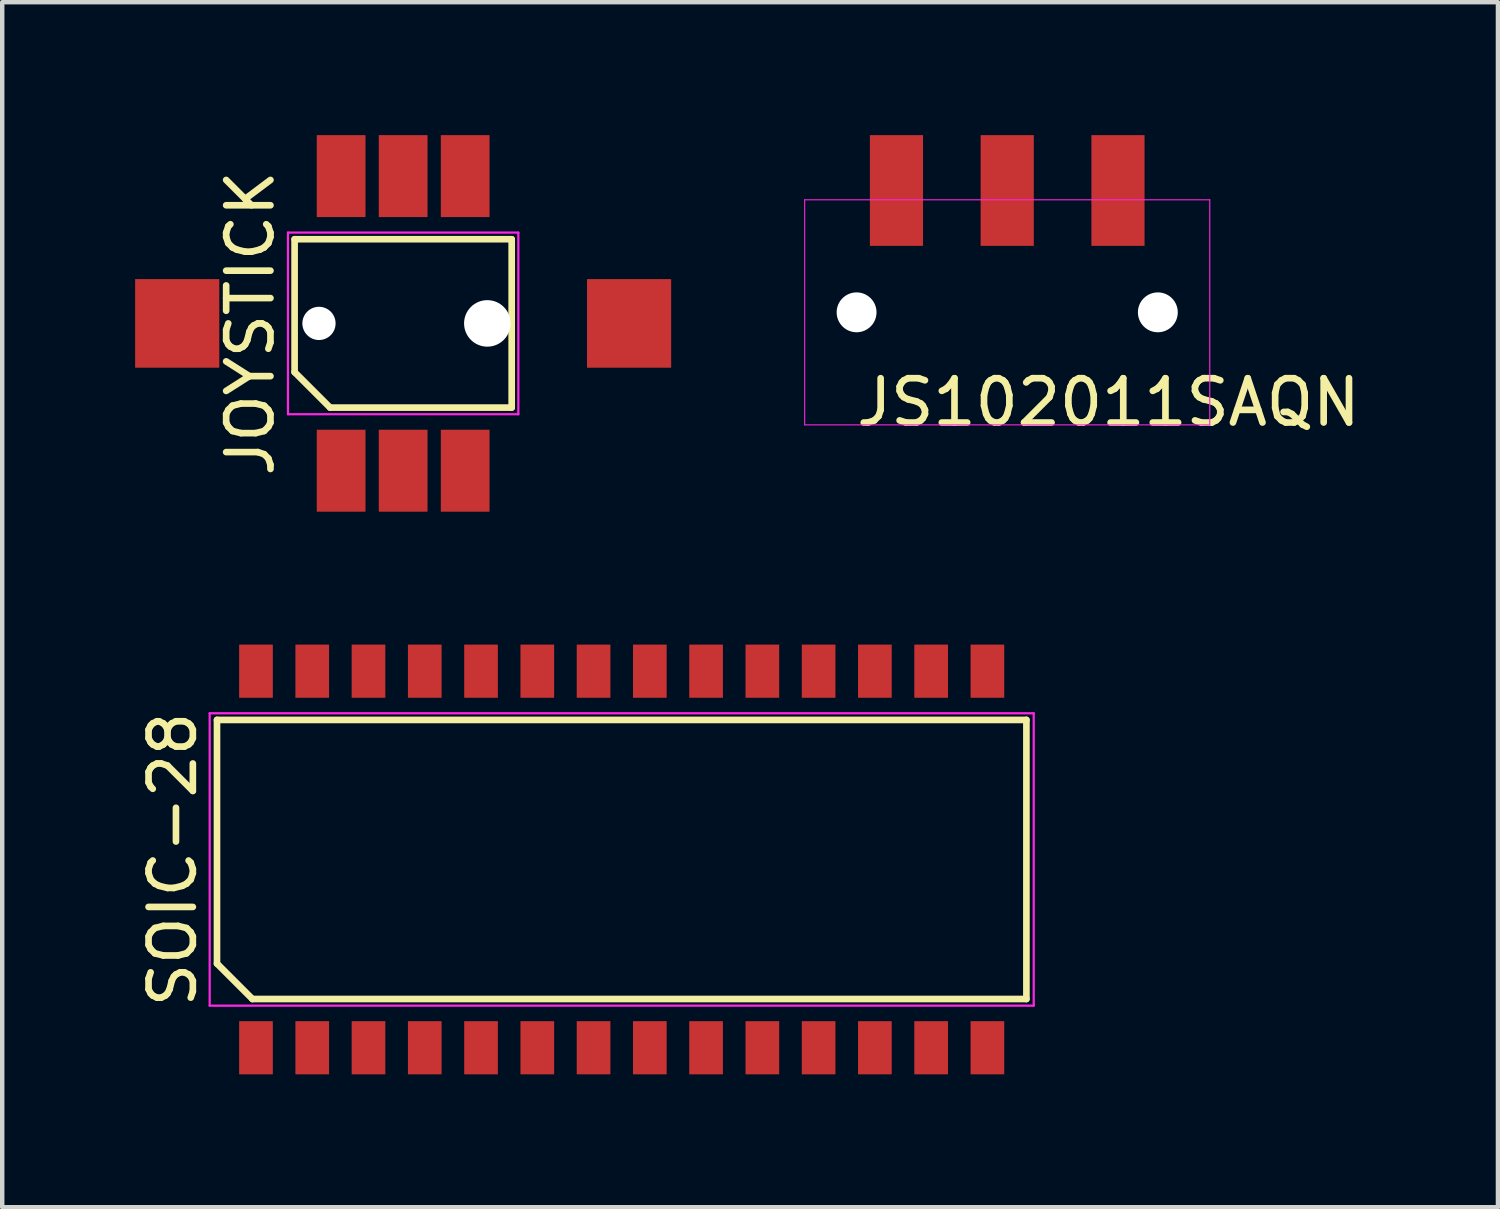
<source format=kicad_pcb>
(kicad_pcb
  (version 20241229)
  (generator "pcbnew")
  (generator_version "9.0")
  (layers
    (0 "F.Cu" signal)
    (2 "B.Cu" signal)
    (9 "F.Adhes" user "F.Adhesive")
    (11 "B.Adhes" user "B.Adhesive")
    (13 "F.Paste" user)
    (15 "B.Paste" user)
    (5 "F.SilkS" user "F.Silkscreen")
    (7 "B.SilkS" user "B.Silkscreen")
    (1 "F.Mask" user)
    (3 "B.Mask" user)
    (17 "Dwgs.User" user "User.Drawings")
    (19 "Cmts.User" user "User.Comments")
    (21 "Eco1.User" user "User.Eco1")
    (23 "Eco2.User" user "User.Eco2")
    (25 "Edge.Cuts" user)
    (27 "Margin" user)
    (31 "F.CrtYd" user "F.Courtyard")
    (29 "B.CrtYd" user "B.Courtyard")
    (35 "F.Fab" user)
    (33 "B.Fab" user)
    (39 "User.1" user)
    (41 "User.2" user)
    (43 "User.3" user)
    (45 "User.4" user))
  (footprint "JS102011SAQN"
    (layer "F.Cu")
    (at 19.685 4)
    (property "Reference" "JS102011SAQN" (at 2.286 2.032 0) (layer "F.SilkS") (effects (font (size 1 1) (thickness 0.15))))
    (attr through_hole)
    (fp_line (start -4.572 -2.54) (end -4.572 2.54) (stroke (width 0.025) (type solid)) (layer "F.CrtYd"))
    (fp_line (start -4.572 2.54) (end 4.572 2.54) (stroke (width 0.025) (type solid)) (layer "F.CrtYd"))
    (fp_line (start 4.572 -2.54) (end -4.572 -2.54) (stroke (width 0.025) (type solid)) (layer "F.CrtYd"))
    (fp_line (start 4.572 2.54) (end 4.572 -2.54) (stroke (width 0.025) (type solid)) (layer "F.CrtYd"))
    (pad "" np_thru_hole circle (at -3.4 0) (size 0.9 0.9) (drill 0.9) (layers "*.Cu" "*.Mask"))
    (pad "" np_thru_hole circle (at 3.4 0) (size 0.9 0.9) (drill 0.9) (layers "*.Cu" "*.Mask"))
    (pad "1" smd rect (at -2.5 -2.75) (size 1.2 2.5) (layers "F.Cu" "F.Mask" "F.Paste"))
    (pad "2" smd rect (at 0 -2.75) (size 1.2 2.5) (layers "F.Cu" "F.Mask" "F.Paste"))
    (pad "3" smd rect (at 2.5 -2.75) (size 1.2 2.5) (layers "F.Cu" "F.Mask" "F.Paste")))
  (footprint "SOIC-28"
    (layer "F.Cu")
    (at 10.983 16.35)
    (property "Reference" "SOIC-28" (at -10.135 0 90) (layer "F.SilkS") (effects (font (size 1 1) (thickness 0.15))))
    (attr smd)
    (fp_line (start -9.135 -3.15) (end 9.135 -3.15) (stroke (width 0.15) (type solid)) (layer "F.SilkS"))
    (fp_line (start -9.135 2.35) (end -9.135 -3.15) (stroke (width 0.15) (type solid)) (layer "F.SilkS"))
    (fp_line (start -8.335 3.15) (end -9.135 2.35) (stroke (width 0.15) (type solid)) (layer "F.SilkS"))
    (fp_line (start 9.135 -3.15) (end 9.135 3.15) (stroke (width 0.15) (type solid)) (layer "F.SilkS"))
    (fp_line (start 9.135 3.15) (end -8.335 3.15) (stroke (width 0.15) (type solid)) (layer "F.SilkS"))
    (fp_line (start -9.3 -3.3) (end 9.3 -3.3) (stroke (width 0.05) (type solid)) (layer "F.CrtYd"))
    (fp_line (start -9.3 3.3) (end -9.3 -3.3) (stroke (width 0.05) (type solid)) (layer "F.CrtYd"))
    (fp_line (start 9.3 -3.3) (end 9.3 3.3) (stroke (width 0.05) (type solid)) (layer "F.CrtYd"))
    (fp_line (start 9.3 3.3) (end -9.3 3.3) (stroke (width 0.05) (type solid)) (layer "F.CrtYd"))
    (pad "1" smd rect (at -8.255 4.25) (size 0.76 1.2) (layers "F.Cu" "F.Mask" "F.Paste"))
    (pad "2" smd rect (at -6.985 4.25) (size 0.76 1.2) (layers "F.Cu" "F.Mask" "F.Paste"))
    (pad "3" smd rect (at -5.715 4.25) (size 0.76 1.2) (layers "F.Cu" "F.Mask" "F.Paste"))
    (pad "4" smd rect (at -4.445 4.25) (size 0.76 1.2) (layers "F.Cu" "F.Mask" "F.Paste"))
    (pad "5" smd rect (at -3.175 4.25) (size 0.76 1.2) (layers "F.Cu" "F.Mask" "F.Paste"))
    (pad "6" smd rect (at -1.905 4.25) (size 0.76 1.2) (layers "F.Cu" "F.Mask" "F.Paste"))
    (pad "7" smd rect (at -0.635 4.25) (size 0.76 1.2) (layers "F.Cu" "F.Mask" "F.Paste"))
    (pad "8" smd rect (at 0.635 4.25) (size 0.76 1.2) (layers "F.Cu" "F.Mask" "F.Paste"))
    (pad "9" smd rect (at 1.905 4.25) (size 0.76 1.2) (layers "F.Cu" "F.Mask" "F.Paste"))
    (pad "10" smd rect (at 3.175 4.25) (size 0.76 1.2) (layers "F.Cu" "F.Mask" "F.Paste"))
    (pad "11" smd rect (at 4.445 4.25) (size 0.76 1.2) (layers "F.Cu" "F.Mask" "F.Paste"))
    (pad "12" smd rect (at 5.715 4.25) (size 0.76 1.2) (layers "F.Cu" "F.Mask" "F.Paste"))
    (pad "13" smd rect (at 6.985 4.25) (size 0.76 1.2) (layers "F.Cu" "F.Mask" "F.Paste"))
    (pad "14" smd rect (at 8.255 4.25) (size 0.76 1.2) (layers "F.Cu" "F.Mask" "F.Paste"))
    (pad "15" smd rect (at 8.255 -4.25) (size 0.76 1.2) (layers "F.Cu" "F.Mask" "F.Paste"))
    (pad "16" smd rect (at 6.985 -4.25) (size 0.76 1.2) (layers "F.Cu" "F.Mask" "F.Paste"))
    (pad "17" smd rect (at 5.715 -4.25) (size 0.76 1.2) (layers "F.Cu" "F.Mask" "F.Paste"))
    (pad "18" smd rect (at 4.445 -4.25) (size 0.76 1.2) (layers "F.Cu" "F.Mask" "F.Paste"))
    (pad "19" smd rect (at 3.175 -4.25) (size 0.76 1.2) (layers "F.Cu" "F.Mask" "F.Paste"))
    (pad "20" smd rect (at 1.905 -4.25) (size 0.76 1.2) (layers "F.Cu" "F.Mask" "F.Paste"))
    (pad "21" smd rect (at 0.635 -4.25) (size 0.76 1.2) (layers "F.Cu" "F.Mask" "F.Paste"))
    (pad "22" smd rect (at -0.635 -4.25) (size 0.76 1.2) (layers "F.Cu" "F.Mask" "F.Paste"))
    (pad "23" smd rect (at -1.905 -4.25) (size 0.76 1.2) (layers "F.Cu" "F.Mask" "F.Paste"))
    (pad "24" smd rect (at -3.175 -4.25) (size 0.76 1.2) (layers "F.Cu" "F.Mask" "F.Paste"))
    (pad "25" smd rect (at -4.445 -4.25) (size 0.76 1.2) (layers "F.Cu" "F.Mask" "F.Paste"))
    (pad "26" smd rect (at -5.715 -4.25) (size 0.76 1.2) (layers "F.Cu" "F.Mask" "F.Paste"))
    (pad "27" smd rect (at -6.985 -4.25) (size 0.76 1.2) (layers "F.Cu" "F.Mask" "F.Paste"))
    (pad "28" smd rect (at -8.255 -4.25) (size 0.76 1.2) (layers "F.Cu" "F.Mask" "F.Paste")))
  (footprint "JOYSTICK"
    (layer "F.Cu")
    (at 6.05 4.25)
    (property "Reference" "JOYSTICK" (at -3.45 0 90) (layer "F.SilkS") (effects (font (size 1 1) (thickness 0.15))))
    (attr smd)
    (fp_line (start -2.45 -1.9) (end 2.45 -1.9) (stroke (width 0.15) (type solid)) (layer "F.SilkS"))
    (fp_line (start -2.45 1.1) (end -2.45 -1.9) (stroke (width 0.15) (type solid)) (layer "F.SilkS"))
    (fp_line (start -1.65 1.9) (end -2.45 1.1) (stroke (width 0.15) (type solid)) (layer "F.SilkS"))
    (fp_line (start 2.45 -1.9) (end 2.45 1.9) (stroke (width 0.15) (type solid)) (layer "F.SilkS"))
    (fp_line (start 2.45 1.9) (end -1.65 1.9) (stroke (width 0.15) (type solid)) (layer "F.SilkS"))
    (fp_line (start -2.6 -2.05) (end 2.6 -2.05) (stroke (width 0.05) (type solid)) (layer "F.CrtYd"))
    (fp_line (start -2.6 2.05) (end -2.6 -2.05) (stroke (width 0.05) (type solid)) (layer "F.CrtYd"))
    (fp_line (start 2.6 -2.05) (end 2.6 2.05) (stroke (width 0.05) (type solid)) (layer "F.CrtYd"))
    (fp_line (start 2.6 2.05) (end -2.6 2.05) (stroke (width 0.05) (type solid)) (layer "F.CrtYd"))
    (pad "" smd rect (at -5.1 0) (size 1.9 2) (layers "F.Cu" "F.Mask" "F.Paste"))
    (pad "" np_thru_hole circle (at -1.9 0) (size 0.75 0.75) (drill 0.75) (layers "*.Cu" "*.Mask"))
    (pad "" np_thru_hole circle (at 1.9 0) (size 1.05 1.05) (drill 1.05) (layers "*.Cu" "*.Mask"))
    (pad "" smd rect (at 5.1 0) (size 1.9 2) (layers "F.Cu" "F.Mask" "F.Paste"))
    (pad "1" smd rect (at -1.4 3.325) (size 1.1 1.85) (layers "F.Cu" "F.Mask" "F.Paste"))
    (pad "2" smd rect (at 0 3.325) (size 1.1 1.85) (layers "F.Cu" "F.Mask" "F.Paste"))
    (pad "3" smd rect (at 1.4 3.325) (size 1.1 1.85) (layers "F.Cu" "F.Mask" "F.Paste"))
    (pad "4" smd rect (at -1.4 -3.325) (size 1.1 1.85) (layers "F.Cu" "F.Mask" "F.Paste"))
    (pad "5" smd rect (at 0 -3.325) (size 1.1 1.85) (layers "F.Cu" "F.Mask" "F.Paste"))
    (pad "6" smd rect (at 1.4 -3.325) (size 1.1 1.85) (layers "F.Cu" "F.Mask" "F.Paste")))
  (gr_rect
    (start -3 -3)
    (end 30.762 24.2)
    (stroke (width 0.1) (type default))
    (fill no)
    (layer "Edge.Cuts")))
</source>
